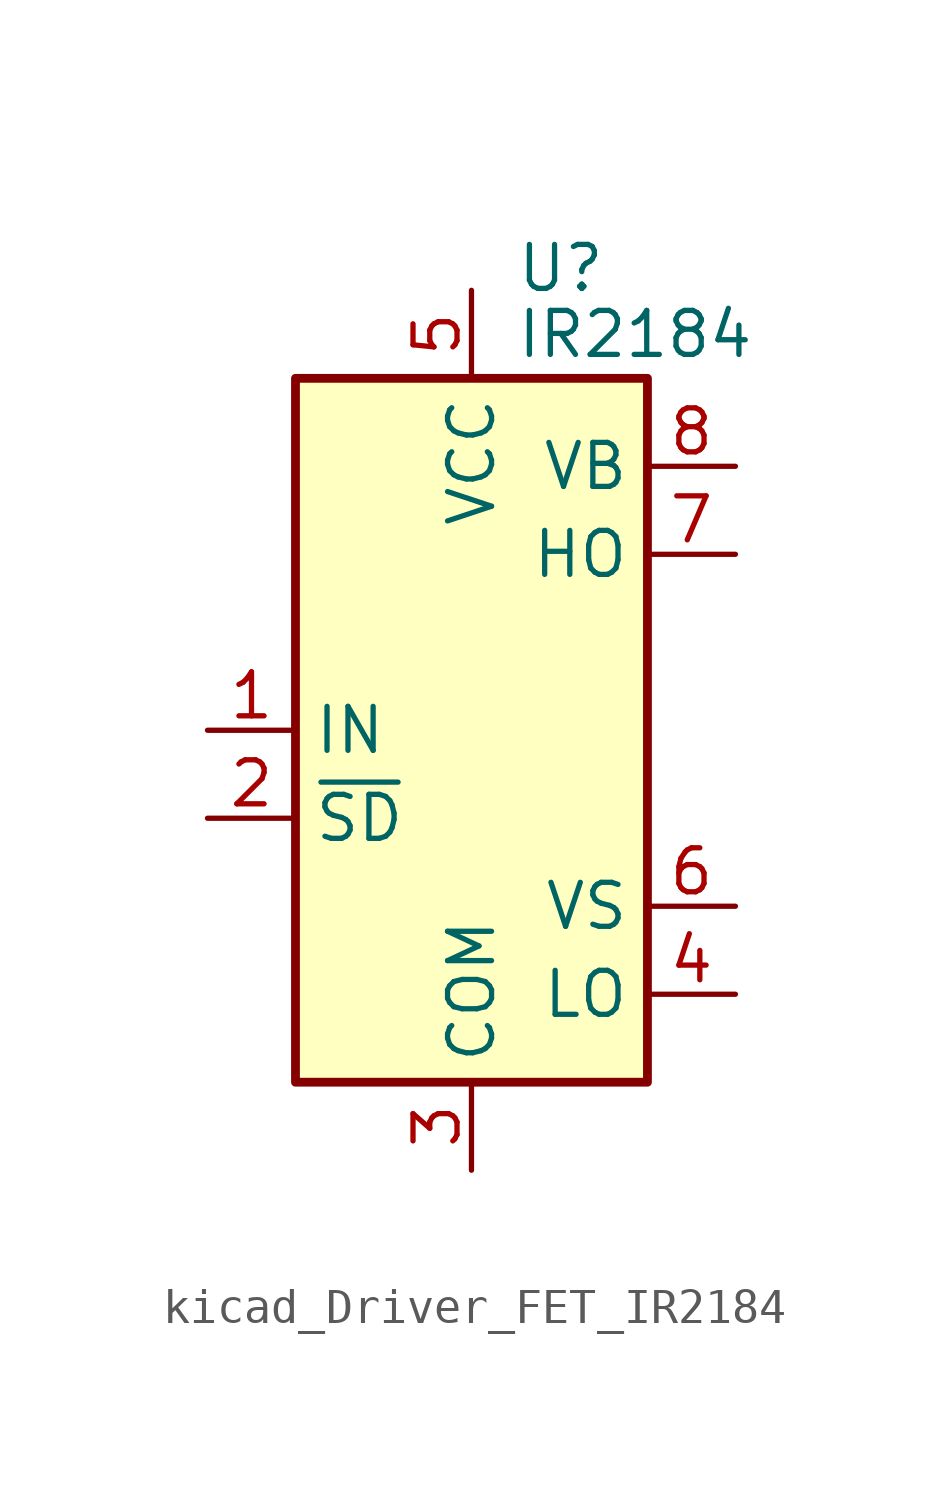
<source format=kicad_sym>
(kicad_symbol_lib
  (version 20220914)
  (generator kicad_symbol_editor)
  (symbol "kicad_Driver_FET_IR2184"
    (property "Reference" "U"
      (at 1.27 13.335 0)
      (effects (font (size 1.27 1.27)) (justify left)))
    (property "Value" "IR2184"
      (at 1.27 11.43 0)
      (effects (font (size 1.27 1.27)) (justify left)))
    (symbol "kicad_Driver_FET_IR2184_0_1"
      (rectangle (start -5.08 -10.16) (end 5.08 10.16) (stroke (width 0.254) (type default)) (fill (type background))))
    (symbol "kicad_Driver_FET_IR2184_1_1"
      (pin input line (at -7.62 0 0) (length 2.54) (name "IN" (effects (font (size 1.27 1.27)))) (number "1" (effects (font (size 1.27 1.27)))))
      (pin input line (at -7.62 -2.54 0) (length 2.54) (name "~{SD}" (effects (font (size 1.27 1.27)))) (number "2" (effects (font (size 1.27 1.27)))))
      (pin power_in line (at 0 -12.7 90) (length 2.54) (name "COM" (effects (font (size 1.27 1.27)))) (number "3" (effects (font (size 1.27 1.27)))))
      (pin output line (at 7.62 -7.62 180) (length 2.54) (name "LO" (effects (font (size 1.27 1.27)))) (number "4" (effects (font (size 1.27 1.27)))))
      (pin power_in line (at 0 12.7 270) (length 2.54) (name "VCC" (effects (font (size 1.27 1.27)))) (number "5" (effects (font (size 1.27 1.27)))))
      (pin passive line (at 7.62 -5.08 180) (length 2.54) (name "VS" (effects (font (size 1.27 1.27)))) (number "6" (effects (font (size 1.27 1.27)))))
      (pin output line (at 7.62 5.08 180) (length 2.54) (name "HO" (effects (font (size 1.27 1.27)))) (number "7" (effects (font (size 1.27 1.27)))))
      (pin passive line (at 7.62 7.62 180) (length 2.54) (name "VB" (effects (font (size 1.27 1.27)))) (number "8" (effects (font (size 1.27 1.27))))))))
</source>
